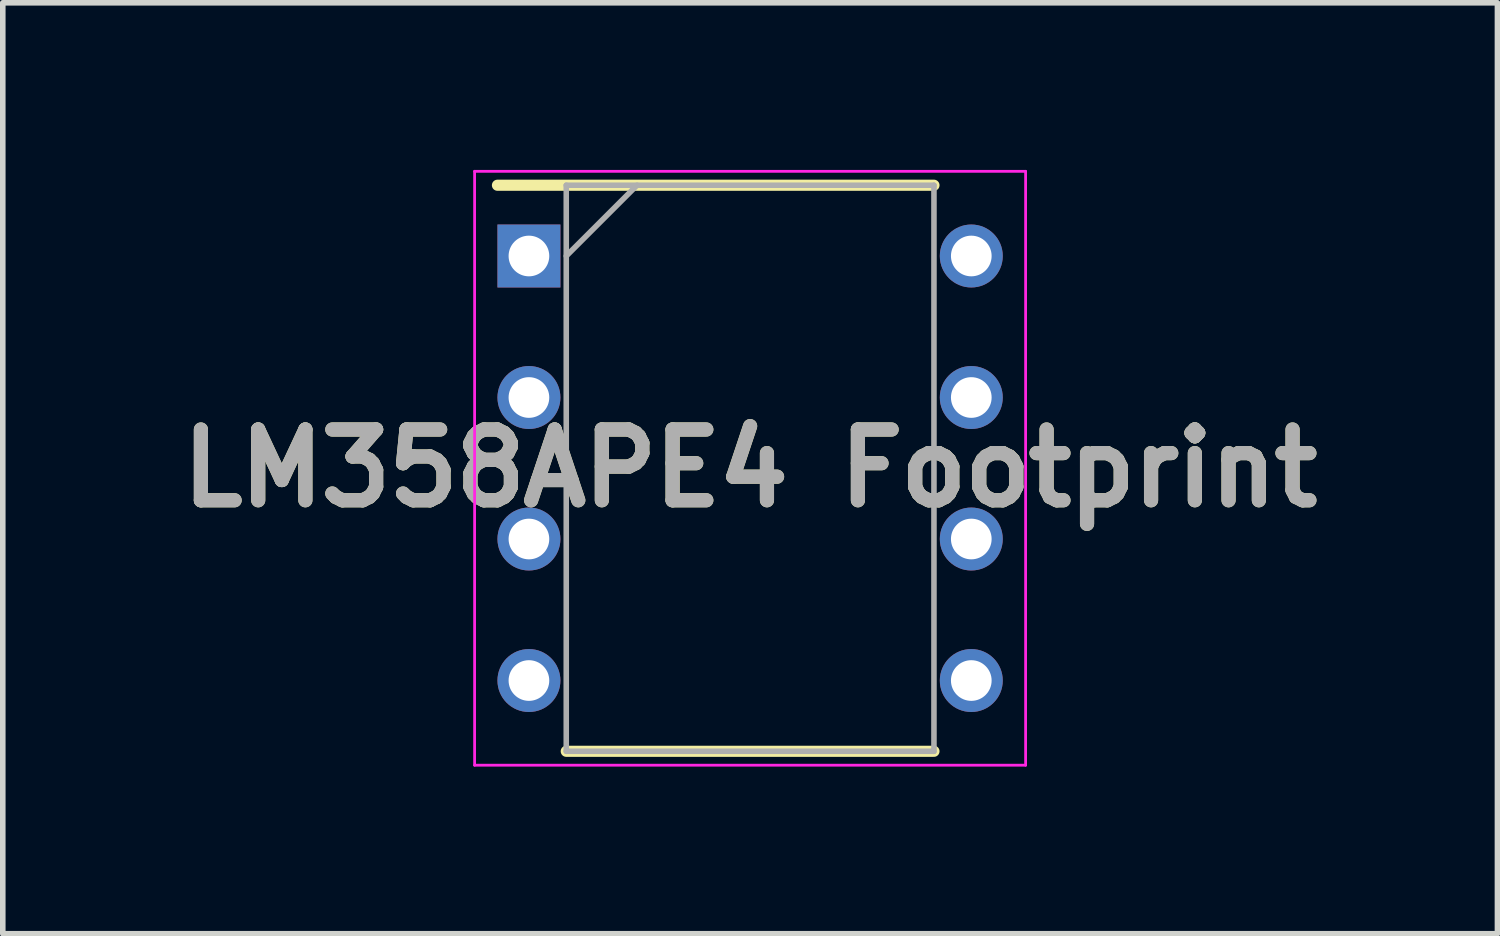
<source format=kicad_pcb>
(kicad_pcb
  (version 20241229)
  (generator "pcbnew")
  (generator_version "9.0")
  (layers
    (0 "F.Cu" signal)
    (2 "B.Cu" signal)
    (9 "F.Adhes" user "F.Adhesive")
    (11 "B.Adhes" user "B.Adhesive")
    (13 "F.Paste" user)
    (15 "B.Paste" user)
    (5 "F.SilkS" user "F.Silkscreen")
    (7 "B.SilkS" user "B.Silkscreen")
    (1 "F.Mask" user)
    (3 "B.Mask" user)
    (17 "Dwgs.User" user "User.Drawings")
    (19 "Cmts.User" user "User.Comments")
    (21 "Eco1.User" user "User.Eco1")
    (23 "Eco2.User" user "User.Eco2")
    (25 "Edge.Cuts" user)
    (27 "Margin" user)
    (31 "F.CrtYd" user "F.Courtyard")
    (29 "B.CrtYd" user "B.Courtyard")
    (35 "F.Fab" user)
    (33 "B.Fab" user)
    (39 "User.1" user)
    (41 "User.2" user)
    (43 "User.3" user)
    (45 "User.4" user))
  (footprint "LM358APE4 Footprint"
    (layer "F.Cu")
    (at 10.414 5.355)
    (property "Reference" "LM358APE4 Footprint" (at 0 0 0) (layer "F.SilkS") (effects (font (size 1.27 1.27) (thickness 0.254))))
    (attr through_hole)
    (fp_line (start -4.535 -5.08) (end 3.3 -5.08) (stroke (width 0.2) (type solid)) (layer "F.SilkS"))
    (fp_line (start -3.3 5.08) (end 3.3 5.08) (stroke (width 0.2) (type solid)) (layer "F.SilkS"))
    (fp_line (start -4.945 -5.33) (end 4.945 -5.33) (stroke (width 0.05) (type solid)) (layer "F.CrtYd"))
    (fp_line (start -4.945 5.33) (end -4.945 -5.33) (stroke (width 0.05) (type solid)) (layer "F.CrtYd"))
    (fp_line (start 4.945 -5.33) (end 4.945 5.33) (stroke (width 0.05) (type solid)) (layer "F.CrtYd"))
    (fp_line (start 4.945 5.33) (end -4.945 5.33) (stroke (width 0.05) (type solid)) (layer "F.CrtYd"))
    (fp_line (start -3.3 -5.08) (end 3.3 -5.08) (stroke (width 0.1) (type solid)) (layer "F.Fab"))
    (fp_line (start -3.3 -3.81) (end -2.03 -5.08) (stroke (width 0.1) (type solid)) (layer "F.Fab"))
    (fp_line (start -3.3 5.08) (end -3.3 -5.08) (stroke (width 0.1) (type solid)) (layer "F.Fab"))
    (fp_line (start 3.3 -5.08) (end 3.3 5.08) (stroke (width 0.1) (type solid)) (layer "F.Fab"))
    (fp_line (start 3.3 5.08) (end -3.3 5.08) (stroke (width 0.1) (type solid)) (layer "F.Fab"))
    (fp_text user "${REFERENCE}" (at 0 0 0) (layer "F.Fab") (effects (font (size 1.27 1.27) (thickness 0.254))))
    (pad "1" thru_hole rect (at -3.97 -3.81) (size 1.13 1.13) (drill 0.73) (layers "*.Cu" "*.Mask"))
    (pad "2" thru_hole circle (at -3.97 -1.27) (size 1.13 1.13) (drill 0.73) (layers "*.Cu" "*.Mask"))
    (pad "3" thru_hole circle (at -3.97 1.27) (size 1.13 1.13) (drill 0.73) (layers "*.Cu" "*.Mask"))
    (pad "4" thru_hole circle (at -3.97 3.81) (size 1.13 1.13) (drill 0.73) (layers "*.Cu" "*.Mask"))
    (pad "5" thru_hole circle (at 3.97 3.81) (size 1.13 1.13) (drill 0.73) (layers "*.Cu" "*.Mask"))
    (pad "6" thru_hole circle (at 3.97 1.27) (size 1.13 1.13) (drill 0.73) (layers "*.Cu" "*.Mask"))
    (pad "7" thru_hole circle (at 3.97 -1.27) (size 1.13 1.13) (drill 0.73) (layers "*.Cu" "*.Mask"))
    (pad "8" thru_hole circle (at 3.97 -3.81) (size 1.13 1.13) (drill 0.73) (layers "*.Cu" "*.Mask")))
  (gr_rect
    (start -3 -3)
    (end 23.828 13.71)
    (stroke (width 0.1) (type default))
    (fill no)
    (layer "Edge.Cuts")))
</source>
